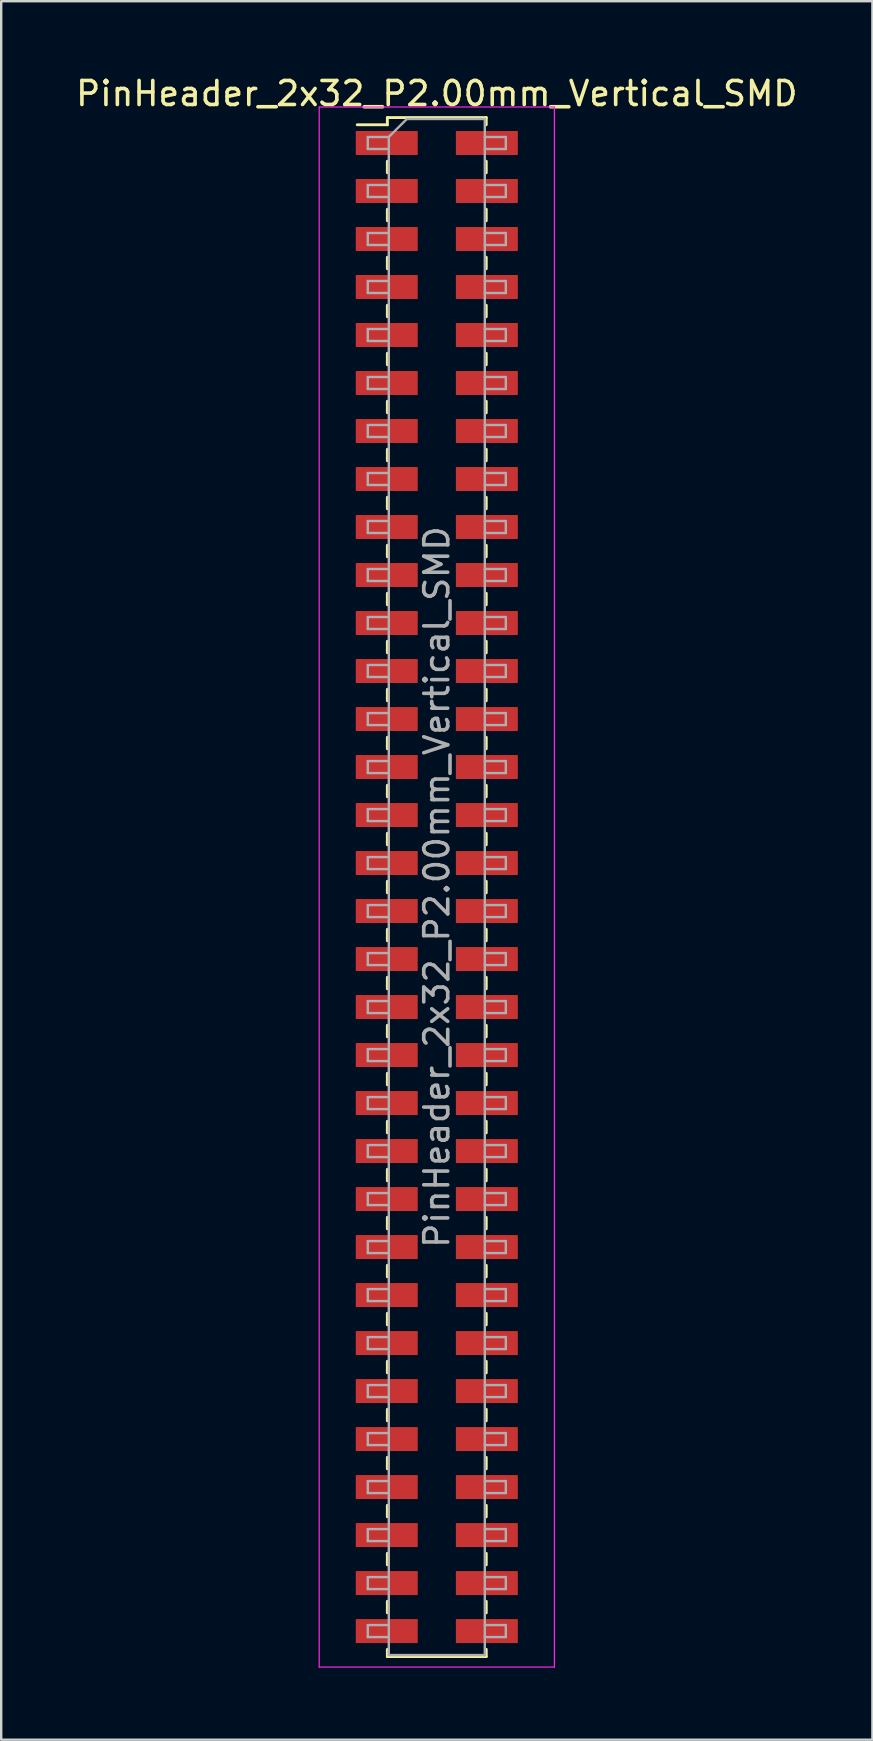
<source format=kicad_pcb>
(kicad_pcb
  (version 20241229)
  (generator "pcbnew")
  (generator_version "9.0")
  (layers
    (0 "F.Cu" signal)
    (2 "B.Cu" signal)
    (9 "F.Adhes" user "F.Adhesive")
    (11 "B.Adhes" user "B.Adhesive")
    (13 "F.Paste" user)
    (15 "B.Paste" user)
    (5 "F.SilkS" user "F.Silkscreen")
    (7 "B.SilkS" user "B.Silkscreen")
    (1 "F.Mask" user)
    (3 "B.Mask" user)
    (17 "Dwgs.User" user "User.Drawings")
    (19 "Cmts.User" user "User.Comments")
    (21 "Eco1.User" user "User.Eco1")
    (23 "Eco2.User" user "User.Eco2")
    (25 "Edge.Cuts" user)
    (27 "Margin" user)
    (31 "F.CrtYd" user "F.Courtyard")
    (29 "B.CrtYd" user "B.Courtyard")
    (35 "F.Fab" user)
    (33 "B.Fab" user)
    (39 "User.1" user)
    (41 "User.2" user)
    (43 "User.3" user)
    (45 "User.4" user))
  (footprint "PinHeader_2x32_P2.00mm_Vertical_SMD"
    (layer "F.Cu")
    (at 15.149 33.908)
    (property "Reference" "PinHeader_2x32_P2.00mm_Vertical_SMD" (at 0 -33.06 0) (layer "F.SilkS") (effects (font (size 1 1) (thickness 0.15))))
    (attr smd)
    (fp_line (start -3.315 -31.76) (end -2.06 -31.76) (stroke (width 0.12) (type solid)) (layer "F.SilkS"))
    (fp_line (start -2.06 -32.06) (end -2.06 -31.76) (stroke (width 0.12) (type solid)) (layer "F.SilkS"))
    (fp_line (start -2.06 -32.06) (end 2.06 -32.06) (stroke (width 0.12) (type solid)) (layer "F.SilkS"))
    (fp_line (start -2.06 -30.24) (end -2.06 -29.76) (stroke (width 0.12) (type solid)) (layer "F.SilkS"))
    (fp_line (start -2.06 -28.24) (end -2.06 -27.76) (stroke (width 0.12) (type solid)) (layer "F.SilkS"))
    (fp_line (start -2.06 -26.24) (end -2.06 -25.76) (stroke (width 0.12) (type solid)) (layer "F.SilkS"))
    (fp_line (start -2.06 -24.24) (end -2.06 -23.76) (stroke (width 0.12) (type solid)) (layer "F.SilkS"))
    (fp_line (start -2.06 -22.24) (end -2.06 -21.76) (stroke (width 0.12) (type solid)) (layer "F.SilkS"))
    (fp_line (start -2.06 -20.24) (end -2.06 -19.76) (stroke (width 0.12) (type solid)) (layer "F.SilkS"))
    (fp_line (start -2.06 -18.24) (end -2.06 -17.76) (stroke (width 0.12) (type solid)) (layer "F.SilkS"))
    (fp_line (start -2.06 -16.24) (end -2.06 -15.76) (stroke (width 0.12) (type solid)) (layer "F.SilkS"))
    (fp_line (start -2.06 -14.24) (end -2.06 -13.76) (stroke (width 0.12) (type solid)) (layer "F.SilkS"))
    (fp_line (start -2.06 -12.24) (end -2.06 -11.76) (stroke (width 0.12) (type solid)) (layer "F.SilkS"))
    (fp_line (start -2.06 -10.24) (end -2.06 -9.76) (stroke (width 0.12) (type solid)) (layer "F.SilkS"))
    (fp_line (start -2.06 -8.24) (end -2.06 -7.76) (stroke (width 0.12) (type solid)) (layer "F.SilkS"))
    (fp_line (start -2.06 -6.24) (end -2.06 -5.76) (stroke (width 0.12) (type solid)) (layer "F.SilkS"))
    (fp_line (start -2.06 -4.24) (end -2.06 -3.76) (stroke (width 0.12) (type solid)) (layer "F.SilkS"))
    (fp_line (start -2.06 -2.24) (end -2.06 -1.76) (stroke (width 0.12) (type solid)) (layer "F.SilkS"))
    (fp_line (start -2.06 -0.24) (end -2.06 0.24) (stroke (width 0.12) (type solid)) (layer "F.SilkS"))
    (fp_line (start -2.06 1.76) (end -2.06 2.24) (stroke (width 0.12) (type solid)) (layer "F.SilkS"))
    (fp_line (start -2.06 3.76) (end -2.06 4.24) (stroke (width 0.12) (type solid)) (layer "F.SilkS"))
    (fp_line (start -2.06 5.76) (end -2.06 6.24) (stroke (width 0.12) (type solid)) (layer "F.SilkS"))
    (fp_line (start -2.06 7.76) (end -2.06 8.24) (stroke (width 0.12) (type solid)) (layer "F.SilkS"))
    (fp_line (start -2.06 9.76) (end -2.06 10.24) (stroke (width 0.12) (type solid)) (layer "F.SilkS"))
    (fp_line (start -2.06 11.76) (end -2.06 12.24) (stroke (width 0.12) (type solid)) (layer "F.SilkS"))
    (fp_line (start -2.06 13.76) (end -2.06 14.24) (stroke (width 0.12) (type solid)) (layer "F.SilkS"))
    (fp_line (start -2.06 15.76) (end -2.06 16.24) (stroke (width 0.12) (type solid)) (layer "F.SilkS"))
    (fp_line (start -2.06 17.76) (end -2.06 18.24) (stroke (width 0.12) (type solid)) (layer "F.SilkS"))
    (fp_line (start -2.06 19.76) (end -2.06 20.24) (stroke (width 0.12) (type solid)) (layer "F.SilkS"))
    (fp_line (start -2.06 21.76) (end -2.06 22.24) (stroke (width 0.12) (type solid)) (layer "F.SilkS"))
    (fp_line (start -2.06 23.76) (end -2.06 24.24) (stroke (width 0.12) (type solid)) (layer "F.SilkS"))
    (fp_line (start -2.06 25.76) (end -2.06 26.24) (stroke (width 0.12) (type solid)) (layer "F.SilkS"))
    (fp_line (start -2.06 27.76) (end -2.06 28.24) (stroke (width 0.12) (type solid)) (layer "F.SilkS"))
    (fp_line (start -2.06 29.76) (end -2.06 30.24) (stroke (width 0.12) (type solid)) (layer "F.SilkS"))
    (fp_line (start -2.06 31.76) (end -2.06 32.06) (stroke (width 0.12) (type solid)) (layer "F.SilkS"))
    (fp_line (start -2.06 32.06) (end 2.06 32.06) (stroke (width 0.12) (type solid)) (layer "F.SilkS"))
    (fp_line (start 2.06 -32.06) (end 2.06 -31.76) (stroke (width 0.12) (type solid)) (layer "F.SilkS"))
    (fp_line (start 2.06 -30.24) (end 2.06 -29.76) (stroke (width 0.12) (type solid)) (layer "F.SilkS"))
    (fp_line (start 2.06 -28.24) (end 2.06 -27.76) (stroke (width 0.12) (type solid)) (layer "F.SilkS"))
    (fp_line (start 2.06 -26.24) (end 2.06 -25.76) (stroke (width 0.12) (type solid)) (layer "F.SilkS"))
    (fp_line (start 2.06 -24.24) (end 2.06 -23.76) (stroke (width 0.12) (type solid)) (layer "F.SilkS"))
    (fp_line (start 2.06 -22.24) (end 2.06 -21.76) (stroke (width 0.12) (type solid)) (layer "F.SilkS"))
    (fp_line (start 2.06 -20.24) (end 2.06 -19.76) (stroke (width 0.12) (type solid)) (layer "F.SilkS"))
    (fp_line (start 2.06 -18.24) (end 2.06 -17.76) (stroke (width 0.12) (type solid)) (layer "F.SilkS"))
    (fp_line (start 2.06 -16.24) (end 2.06 -15.76) (stroke (width 0.12) (type solid)) (layer "F.SilkS"))
    (fp_line (start 2.06 -14.24) (end 2.06 -13.76) (stroke (width 0.12) (type solid)) (layer "F.SilkS"))
    (fp_line (start 2.06 -12.24) (end 2.06 -11.76) (stroke (width 0.12) (type solid)) (layer "F.SilkS"))
    (fp_line (start 2.06 -10.24) (end 2.06 -9.76) (stroke (width 0.12) (type solid)) (layer "F.SilkS"))
    (fp_line (start 2.06 -8.24) (end 2.06 -7.76) (stroke (width 0.12) (type solid)) (layer "F.SilkS"))
    (fp_line (start 2.06 -6.24) (end 2.06 -5.76) (stroke (width 0.12) (type solid)) (layer "F.SilkS"))
    (fp_line (start 2.06 -4.24) (end 2.06 -3.76) (stroke (width 0.12) (type solid)) (layer "F.SilkS"))
    (fp_line (start 2.06 -2.24) (end 2.06 -1.76) (stroke (width 0.12) (type solid)) (layer "F.SilkS"))
    (fp_line (start 2.06 -0.24) (end 2.06 0.24) (stroke (width 0.12) (type solid)) (layer "F.SilkS"))
    (fp_line (start 2.06 1.76) (end 2.06 2.24) (stroke (width 0.12) (type solid)) (layer "F.SilkS"))
    (fp_line (start 2.06 3.76) (end 2.06 4.24) (stroke (width 0.12) (type solid)) (layer "F.SilkS"))
    (fp_line (start 2.06 5.76) (end 2.06 6.24) (stroke (width 0.12) (type solid)) (layer "F.SilkS"))
    (fp_line (start 2.06 7.76) (end 2.06 8.24) (stroke (width 0.12) (type solid)) (layer "F.SilkS"))
    (fp_line (start 2.06 9.76) (end 2.06 10.24) (stroke (width 0.12) (type solid)) (layer "F.SilkS"))
    (fp_line (start 2.06 11.76) (end 2.06 12.24) (stroke (width 0.12) (type solid)) (layer "F.SilkS"))
    (fp_line (start 2.06 13.76) (end 2.06 14.24) (stroke (width 0.12) (type solid)) (layer "F.SilkS"))
    (fp_line (start 2.06 15.76) (end 2.06 16.24) (stroke (width 0.12) (type solid)) (layer "F.SilkS"))
    (fp_line (start 2.06 17.76) (end 2.06 18.24) (stroke (width 0.12) (type solid)) (layer "F.SilkS"))
    (fp_line (start 2.06 19.76) (end 2.06 20.24) (stroke (width 0.12) (type solid)) (layer "F.SilkS"))
    (fp_line (start 2.06 21.76) (end 2.06 22.24) (stroke (width 0.12) (type solid)) (layer "F.SilkS"))
    (fp_line (start 2.06 23.76) (end 2.06 24.24) (stroke (width 0.12) (type solid)) (layer "F.SilkS"))
    (fp_line (start 2.06 25.76) (end 2.06 26.24) (stroke (width 0.12) (type solid)) (layer "F.SilkS"))
    (fp_line (start 2.06 27.76) (end 2.06 28.24) (stroke (width 0.12) (type solid)) (layer "F.SilkS"))
    (fp_line (start 2.06 29.76) (end 2.06 30.24) (stroke (width 0.12) (type solid)) (layer "F.SilkS"))
    (fp_line (start 2.06 31.76) (end 2.06 32.06) (stroke (width 0.12) (type solid)) (layer "F.SilkS"))
    (fp_line (start -4.9 -32.5) (end -4.9 32.5) (stroke (width 0.05) (type solid)) (layer "F.CrtYd"))
    (fp_line (start -4.9 32.5) (end 4.9 32.5) (stroke (width 0.05) (type solid)) (layer "F.CrtYd"))
    (fp_line (start 4.9 -32.5) (end -4.9 -32.5) (stroke (width 0.05) (type solid)) (layer "F.CrtYd"))
    (fp_line (start 4.9 32.5) (end 4.9 -32.5) (stroke (width 0.05) (type solid)) (layer "F.CrtYd"))
    (fp_line (start -2.875 -31.25) (end -2.875 -30.75) (stroke (width 0.1) (type solid)) (layer "F.Fab"))
    (fp_line (start -2.875 -30.75) (end -2 -30.75) (stroke (width 0.1) (type solid)) (layer "F.Fab"))
    (fp_line (start -2.875 -29.25) (end -2.875 -28.75) (stroke (width 0.1) (type solid)) (layer "F.Fab"))
    (fp_line (start -2.875 -28.75) (end -2 -28.75) (stroke (width 0.1) (type solid)) (layer "F.Fab"))
    (fp_line (start -2.875 -27.25) (end -2.875 -26.75) (stroke (width 0.1) (type solid)) (layer "F.Fab"))
    (fp_line (start -2.875 -26.75) (end -2 -26.75) (stroke (width 0.1) (type solid)) (layer "F.Fab"))
    (fp_line (start -2.875 -25.25) (end -2.875 -24.75) (stroke (width 0.1) (type solid)) (layer "F.Fab"))
    (fp_line (start -2.875 -24.75) (end -2 -24.75) (stroke (width 0.1) (type solid)) (layer "F.Fab"))
    (fp_line (start -2.875 -23.25) (end -2.875 -22.75) (stroke (width 0.1) (type solid)) (layer "F.Fab"))
    (fp_line (start -2.875 -22.75) (end -2 -22.75) (stroke (width 0.1) (type solid)) (layer "F.Fab"))
    (fp_line (start -2.875 -21.25) (end -2.875 -20.75) (stroke (width 0.1) (type solid)) (layer "F.Fab"))
    (fp_line (start -2.875 -20.75) (end -2 -20.75) (stroke (width 0.1) (type solid)) (layer "F.Fab"))
    (fp_line (start -2.875 -19.25) (end -2.875 -18.75) (stroke (width 0.1) (type solid)) (layer "F.Fab"))
    (fp_line (start -2.875 -18.75) (end -2 -18.75) (stroke (width 0.1) (type solid)) (layer "F.Fab"))
    (fp_line (start -2.875 -17.25) (end -2.875 -16.75) (stroke (width 0.1) (type solid)) (layer "F.Fab"))
    (fp_line (start -2.875 -16.75) (end -2 -16.75) (stroke (width 0.1) (type solid)) (layer "F.Fab"))
    (fp_line (start -2.875 -15.25) (end -2.875 -14.75) (stroke (width 0.1) (type solid)) (layer "F.Fab"))
    (fp_line (start -2.875 -14.75) (end -2 -14.75) (stroke (width 0.1) (type solid)) (layer "F.Fab"))
    (fp_line (start -2.875 -13.25) (end -2.875 -12.75) (stroke (width 0.1) (type solid)) (layer "F.Fab"))
    (fp_line (start -2.875 -12.75) (end -2 -12.75) (stroke (width 0.1) (type solid)) (layer "F.Fab"))
    (fp_line (start -2.875 -11.25) (end -2.875 -10.75) (stroke (width 0.1) (type solid)) (layer "F.Fab"))
    (fp_line (start -2.875 -10.75) (end -2 -10.75) (stroke (width 0.1) (type solid)) (layer "F.Fab"))
    (fp_line (start -2.875 -9.25) (end -2.875 -8.75) (stroke (width 0.1) (type solid)) (layer "F.Fab"))
    (fp_line (start -2.875 -8.75) (end -2 -8.75) (stroke (width 0.1) (type solid)) (layer "F.Fab"))
    (fp_line (start -2.875 -7.25) (end -2.875 -6.75) (stroke (width 0.1) (type solid)) (layer "F.Fab"))
    (fp_line (start -2.875 -6.75) (end -2 -6.75) (stroke (width 0.1) (type solid)) (layer "F.Fab"))
    (fp_line (start -2.875 -5.25) (end -2.875 -4.75) (stroke (width 0.1) (type solid)) (layer "F.Fab"))
    (fp_line (start -2.875 -4.75) (end -2 -4.75) (stroke (width 0.1) (type solid)) (layer "F.Fab"))
    (fp_line (start -2.875 -3.25) (end -2.875 -2.75) (stroke (width 0.1) (type solid)) (layer "F.Fab"))
    (fp_line (start -2.875 -2.75) (end -2 -2.75) (stroke (width 0.1) (type solid)) (layer "F.Fab"))
    (fp_line (start -2.875 -1.25) (end -2.875 -0.75) (stroke (width 0.1) (type solid)) (layer "F.Fab"))
    (fp_line (start -2.875 -0.75) (end -2 -0.75) (stroke (width 0.1) (type solid)) (layer "F.Fab"))
    (fp_line (start -2.875 0.75) (end -2.875 1.25) (stroke (width 0.1) (type solid)) (layer "F.Fab"))
    (fp_line (start -2.875 1.25) (end -2 1.25) (stroke (width 0.1) (type solid)) (layer "F.Fab"))
    (fp_line (start -2.875 2.75) (end -2.875 3.25) (stroke (width 0.1) (type solid)) (layer "F.Fab"))
    (fp_line (start -2.875 3.25) (end -2 3.25) (stroke (width 0.1) (type solid)) (layer "F.Fab"))
    (fp_line (start -2.875 4.75) (end -2.875 5.25) (stroke (width 0.1) (type solid)) (layer "F.Fab"))
    (fp_line (start -2.875 5.25) (end -2 5.25) (stroke (width 0.1) (type solid)) (layer "F.Fab"))
    (fp_line (start -2.875 6.75) (end -2.875 7.25) (stroke (width 0.1) (type solid)) (layer "F.Fab"))
    (fp_line (start -2.875 7.25) (end -2 7.25) (stroke (width 0.1) (type solid)) (layer "F.Fab"))
    (fp_line (start -2.875 8.75) (end -2.875 9.25) (stroke (width 0.1) (type solid)) (layer "F.Fab"))
    (fp_line (start -2.875 9.25) (end -2 9.25) (stroke (width 0.1) (type solid)) (layer "F.Fab"))
    (fp_line (start -2.875 10.75) (end -2.875 11.25) (stroke (width 0.1) (type solid)) (layer "F.Fab"))
    (fp_line (start -2.875 11.25) (end -2 11.25) (stroke (width 0.1) (type solid)) (layer "F.Fab"))
    (fp_line (start -2.875 12.75) (end -2.875 13.25) (stroke (width 0.1) (type solid)) (layer "F.Fab"))
    (fp_line (start -2.875 13.25) (end -2 13.25) (stroke (width 0.1) (type solid)) (layer "F.Fab"))
    (fp_line (start -2.875 14.75) (end -2.875 15.25) (stroke (width 0.1) (type solid)) (layer "F.Fab"))
    (fp_line (start -2.875 15.25) (end -2 15.25) (stroke (width 0.1) (type solid)) (layer "F.Fab"))
    (fp_line (start -2.875 16.75) (end -2.875 17.25) (stroke (width 0.1) (type solid)) (layer "F.Fab"))
    (fp_line (start -2.875 17.25) (end -2 17.25) (stroke (width 0.1) (type solid)) (layer "F.Fab"))
    (fp_line (start -2.875 18.75) (end -2.875 19.25) (stroke (width 0.1) (type solid)) (layer "F.Fab"))
    (fp_line (start -2.875 19.25) (end -2 19.25) (stroke (width 0.1) (type solid)) (layer "F.Fab"))
    (fp_line (start -2.875 20.75) (end -2.875 21.25) (stroke (width 0.1) (type solid)) (layer "F.Fab"))
    (fp_line (start -2.875 21.25) (end -2 21.25) (stroke (width 0.1) (type solid)) (layer "F.Fab"))
    (fp_line (start -2.875 22.75) (end -2.875 23.25) (stroke (width 0.1) (type solid)) (layer "F.Fab"))
    (fp_line (start -2.875 23.25) (end -2 23.25) (stroke (width 0.1) (type solid)) (layer "F.Fab"))
    (fp_line (start -2.875 24.75) (end -2.875 25.25) (stroke (width 0.1) (type solid)) (layer "F.Fab"))
    (fp_line (start -2.875 25.25) (end -2 25.25) (stroke (width 0.1) (type solid)) (layer "F.Fab"))
    (fp_line (start -2.875 26.75) (end -2.875 27.25) (stroke (width 0.1) (type solid)) (layer "F.Fab"))
    (fp_line (start -2.875 27.25) (end -2 27.25) (stroke (width 0.1) (type solid)) (layer "F.Fab"))
    (fp_line (start -2.875 28.75) (end -2.875 29.25) (stroke (width 0.1) (type solid)) (layer "F.Fab"))
    (fp_line (start -2.875 29.25) (end -2 29.25) (stroke (width 0.1) (type solid)) (layer "F.Fab"))
    (fp_line (start -2.875 30.75) (end -2.875 31.25) (stroke (width 0.1) (type solid)) (layer "F.Fab"))
    (fp_line (start -2.875 31.25) (end -2 31.25) (stroke (width 0.1) (type solid)) (layer "F.Fab"))
    (fp_line (start -2 -31.25) (end -2.875 -31.25) (stroke (width 0.1) (type solid)) (layer "F.Fab"))
    (fp_line (start -2 -31.25) (end -1.25 -32) (stroke (width 0.1) (type solid)) (layer "F.Fab"))
    (fp_line (start -2 -29.25) (end -2.875 -29.25) (stroke (width 0.1) (type solid)) (layer "F.Fab"))
    (fp_line (start -2 -27.25) (end -2.875 -27.25) (stroke (width 0.1) (type solid)) (layer "F.Fab"))
    (fp_line (start -2 -25.25) (end -2.875 -25.25) (stroke (width 0.1) (type solid)) (layer "F.Fab"))
    (fp_line (start -2 -23.25) (end -2.875 -23.25) (stroke (width 0.1) (type solid)) (layer "F.Fab"))
    (fp_line (start -2 -21.25) (end -2.875 -21.25) (stroke (width 0.1) (type solid)) (layer "F.Fab"))
    (fp_line (start -2 -19.25) (end -2.875 -19.25) (stroke (width 0.1) (type solid)) (layer "F.Fab"))
    (fp_line (start -2 -17.25) (end -2.875 -17.25) (stroke (width 0.1) (type solid)) (layer "F.Fab"))
    (fp_line (start -2 -15.25) (end -2.875 -15.25) (stroke (width 0.1) (type solid)) (layer "F.Fab"))
    (fp_line (start -2 -13.25) (end -2.875 -13.25) (stroke (width 0.1) (type solid)) (layer "F.Fab"))
    (fp_line (start -2 -11.25) (end -2.875 -11.25) (stroke (width 0.1) (type solid)) (layer "F.Fab"))
    (fp_line (start -2 -9.25) (end -2.875 -9.25) (stroke (width 0.1) (type solid)) (layer "F.Fab"))
    (fp_line (start -2 -7.25) (end -2.875 -7.25) (stroke (width 0.1) (type solid)) (layer "F.Fab"))
    (fp_line (start -2 -5.25) (end -2.875 -5.25) (stroke (width 0.1) (type solid)) (layer "F.Fab"))
    (fp_line (start -2 -3.25) (end -2.875 -3.25) (stroke (width 0.1) (type solid)) (layer "F.Fab"))
    (fp_line (start -2 -1.25) (end -2.875 -1.25) (stroke (width 0.1) (type solid)) (layer "F.Fab"))
    (fp_line (start -2 0.75) (end -2.875 0.75) (stroke (width 0.1) (type solid)) (layer "F.Fab"))
    (fp_line (start -2 2.75) (end -2.875 2.75) (stroke (width 0.1) (type solid)) (layer "F.Fab"))
    (fp_line (start -2 4.75) (end -2.875 4.75) (stroke (width 0.1) (type solid)) (layer "F.Fab"))
    (fp_line (start -2 6.75) (end -2.875 6.75) (stroke (width 0.1) (type solid)) (layer "F.Fab"))
    (fp_line (start -2 8.75) (end -2.875 8.75) (stroke (width 0.1) (type solid)) (layer "F.Fab"))
    (fp_line (start -2 10.75) (end -2.875 10.75) (stroke (width 0.1) (type solid)) (layer "F.Fab"))
    (fp_line (start -2 12.75) (end -2.875 12.75) (stroke (width 0.1) (type solid)) (layer "F.Fab"))
    (fp_line (start -2 14.75) (end -2.875 14.75) (stroke (width 0.1) (type solid)) (layer "F.Fab"))
    (fp_line (start -2 16.75) (end -2.875 16.75) (stroke (width 0.1) (type solid)) (layer "F.Fab"))
    (fp_line (start -2 18.75) (end -2.875 18.75) (stroke (width 0.1) (type solid)) (layer "F.Fab"))
    (fp_line (start -2 20.75) (end -2.875 20.75) (stroke (width 0.1) (type solid)) (layer "F.Fab"))
    (fp_line (start -2 22.75) (end -2.875 22.75) (stroke (width 0.1) (type solid)) (layer "F.Fab"))
    (fp_line (start -2 24.75) (end -2.875 24.75) (stroke (width 0.1) (type solid)) (layer "F.Fab"))
    (fp_line (start -2 26.75) (end -2.875 26.75) (stroke (width 0.1) (type solid)) (layer "F.Fab"))
    (fp_line (start -2 28.75) (end -2.875 28.75) (stroke (width 0.1) (type solid)) (layer "F.Fab"))
    (fp_line (start -2 30.75) (end -2.875 30.75) (stroke (width 0.1) (type solid)) (layer "F.Fab"))
    (fp_line (start -2 32) (end -2 -31.25) (stroke (width 0.1) (type solid)) (layer "F.Fab"))
    (fp_line (start -1.25 -32) (end 2 -32) (stroke (width 0.1) (type solid)) (layer "F.Fab"))
    (fp_line (start 2 -32) (end 2 32) (stroke (width 0.1) (type solid)) (layer "F.Fab"))
    (fp_line (start 2 -31.25) (end 2.875 -31.25) (stroke (width 0.1) (type solid)) (layer "F.Fab"))
    (fp_line (start 2 -29.25) (end 2.875 -29.25) (stroke (width 0.1) (type solid)) (layer "F.Fab"))
    (fp_line (start 2 -27.25) (end 2.875 -27.25) (stroke (width 0.1) (type solid)) (layer "F.Fab"))
    (fp_line (start 2 -25.25) (end 2.875 -25.25) (stroke (width 0.1) (type solid)) (layer "F.Fab"))
    (fp_line (start 2 -23.25) (end 2.875 -23.25) (stroke (width 0.1) (type solid)) (layer "F.Fab"))
    (fp_line (start 2 -21.25) (end 2.875 -21.25) (stroke (width 0.1) (type solid)) (layer "F.Fab"))
    (fp_line (start 2 -19.25) (end 2.875 -19.25) (stroke (width 0.1) (type solid)) (layer "F.Fab"))
    (fp_line (start 2 -17.25) (end 2.875 -17.25) (stroke (width 0.1) (type solid)) (layer "F.Fab"))
    (fp_line (start 2 -15.25) (end 2.875 -15.25) (stroke (width 0.1) (type solid)) (layer "F.Fab"))
    (fp_line (start 2 -13.25) (end 2.875 -13.25) (stroke (width 0.1) (type solid)) (layer "F.Fab"))
    (fp_line (start 2 -11.25) (end 2.875 -11.25) (stroke (width 0.1) (type solid)) (layer "F.Fab"))
    (fp_line (start 2 -9.25) (end 2.875 -9.25) (stroke (width 0.1) (type solid)) (layer "F.Fab"))
    (fp_line (start 2 -7.25) (end 2.875 -7.25) (stroke (width 0.1) (type solid)) (layer "F.Fab"))
    (fp_line (start 2 -5.25) (end 2.875 -5.25) (stroke (width 0.1) (type solid)) (layer "F.Fab"))
    (fp_line (start 2 -3.25) (end 2.875 -3.25) (stroke (width 0.1) (type solid)) (layer "F.Fab"))
    (fp_line (start 2 -1.25) (end 2.875 -1.25) (stroke (width 0.1) (type solid)) (layer "F.Fab"))
    (fp_line (start 2 0.75) (end 2.875 0.75) (stroke (width 0.1) (type solid)) (layer "F.Fab"))
    (fp_line (start 2 2.75) (end 2.875 2.75) (stroke (width 0.1) (type solid)) (layer "F.Fab"))
    (fp_line (start 2 4.75) (end 2.875 4.75) (stroke (width 0.1) (type solid)) (layer "F.Fab"))
    (fp_line (start 2 6.75) (end 2.875 6.75) (stroke (width 0.1) (type solid)) (layer "F.Fab"))
    (fp_line (start 2 8.75) (end 2.875 8.75) (stroke (width 0.1) (type solid)) (layer "F.Fab"))
    (fp_line (start 2 10.75) (end 2.875 10.75) (stroke (width 0.1) (type solid)) (layer "F.Fab"))
    (fp_line (start 2 12.75) (end 2.875 12.75) (stroke (width 0.1) (type solid)) (layer "F.Fab"))
    (fp_line (start 2 14.75) (end 2.875 14.75) (stroke (width 0.1) (type solid)) (layer "F.Fab"))
    (fp_line (start 2 16.75) (end 2.875 16.75) (stroke (width 0.1) (type solid)) (layer "F.Fab"))
    (fp_line (start 2 18.75) (end 2.875 18.75) (stroke (width 0.1) (type solid)) (layer "F.Fab"))
    (fp_line (start 2 20.75) (end 2.875 20.75) (stroke (width 0.1) (type solid)) (layer "F.Fab"))
    (fp_line (start 2 22.75) (end 2.875 22.75) (stroke (width 0.1) (type solid)) (layer "F.Fab"))
    (fp_line (start 2 24.75) (end 2.875 24.75) (stroke (width 0.1) (type solid)) (layer "F.Fab"))
    (fp_line (start 2 26.75) (end 2.875 26.75) (stroke (width 0.1) (type solid)) (layer "F.Fab"))
    (fp_line (start 2 28.75) (end 2.875 28.75) (stroke (width 0.1) (type solid)) (layer "F.Fab"))
    (fp_line (start 2 30.75) (end 2.875 30.75) (stroke (width 0.1) (type solid)) (layer "F.Fab"))
    (fp_line (start 2 32) (end -2 32) (stroke (width 0.1) (type solid)) (layer "F.Fab"))
    (fp_line (start 2.875 -31.25) (end 2.875 -30.75) (stroke (width 0.1) (type solid)) (layer "F.Fab"))
    (fp_line (start 2.875 -30.75) (end 2 -30.75) (stroke (width 0.1) (type solid)) (layer "F.Fab"))
    (fp_line (start 2.875 -29.25) (end 2.875 -28.75) (stroke (width 0.1) (type solid)) (layer "F.Fab"))
    (fp_line (start 2.875 -28.75) (end 2 -28.75) (stroke (width 0.1) (type solid)) (layer "F.Fab"))
    (fp_line (start 2.875 -27.25) (end 2.875 -26.75) (stroke (width 0.1) (type solid)) (layer "F.Fab"))
    (fp_line (start 2.875 -26.75) (end 2 -26.75) (stroke (width 0.1) (type solid)) (layer "F.Fab"))
    (fp_line (start 2.875 -25.25) (end 2.875 -24.75) (stroke (width 0.1) (type solid)) (layer "F.Fab"))
    (fp_line (start 2.875 -24.75) (end 2 -24.75) (stroke (width 0.1) (type solid)) (layer "F.Fab"))
    (fp_line (start 2.875 -23.25) (end 2.875 -22.75) (stroke (width 0.1) (type solid)) (layer "F.Fab"))
    (fp_line (start 2.875 -22.75) (end 2 -22.75) (stroke (width 0.1) (type solid)) (layer "F.Fab"))
    (fp_line (start 2.875 -21.25) (end 2.875 -20.75) (stroke (width 0.1) (type solid)) (layer "F.Fab"))
    (fp_line (start 2.875 -20.75) (end 2 -20.75) (stroke (width 0.1) (type solid)) (layer "F.Fab"))
    (fp_line (start 2.875 -19.25) (end 2.875 -18.75) (stroke (width 0.1) (type solid)) (layer "F.Fab"))
    (fp_line (start 2.875 -18.75) (end 2 -18.75) (stroke (width 0.1) (type solid)) (layer "F.Fab"))
    (fp_line (start 2.875 -17.25) (end 2.875 -16.75) (stroke (width 0.1) (type solid)) (layer "F.Fab"))
    (fp_line (start 2.875 -16.75) (end 2 -16.75) (stroke (width 0.1) (type solid)) (layer "F.Fab"))
    (fp_line (start 2.875 -15.25) (end 2.875 -14.75) (stroke (width 0.1) (type solid)) (layer "F.Fab"))
    (fp_line (start 2.875 -14.75) (end 2 -14.75) (stroke (width 0.1) (type solid)) (layer "F.Fab"))
    (fp_line (start 2.875 -13.25) (end 2.875 -12.75) (stroke (width 0.1) (type solid)) (layer "F.Fab"))
    (fp_line (start 2.875 -12.75) (end 2 -12.75) (stroke (width 0.1) (type solid)) (layer "F.Fab"))
    (fp_line (start 2.875 -11.25) (end 2.875 -10.75) (stroke (width 0.1) (type solid)) (layer "F.Fab"))
    (fp_line (start 2.875 -10.75) (end 2 -10.75) (stroke (width 0.1) (type solid)) (layer "F.Fab"))
    (fp_line (start 2.875 -9.25) (end 2.875 -8.75) (stroke (width 0.1) (type solid)) (layer "F.Fab"))
    (fp_line (start 2.875 -8.75) (end 2 -8.75) (stroke (width 0.1) (type solid)) (layer "F.Fab"))
    (fp_line (start 2.875 -7.25) (end 2.875 -6.75) (stroke (width 0.1) (type solid)) (layer "F.Fab"))
    (fp_line (start 2.875 -6.75) (end 2 -6.75) (stroke (width 0.1) (type solid)) (layer "F.Fab"))
    (fp_line (start 2.875 -5.25) (end 2.875 -4.75) (stroke (width 0.1) (type solid)) (layer "F.Fab"))
    (fp_line (start 2.875 -4.75) (end 2 -4.75) (stroke (width 0.1) (type solid)) (layer "F.Fab"))
    (fp_line (start 2.875 -3.25) (end 2.875 -2.75) (stroke (width 0.1) (type solid)) (layer "F.Fab"))
    (fp_line (start 2.875 -2.75) (end 2 -2.75) (stroke (width 0.1) (type solid)) (layer "F.Fab"))
    (fp_line (start 2.875 -1.25) (end 2.875 -0.75) (stroke (width 0.1) (type solid)) (layer "F.Fab"))
    (fp_line (start 2.875 -0.75) (end 2 -0.75) (stroke (width 0.1) (type solid)) (layer "F.Fab"))
    (fp_line (start 2.875 0.75) (end 2.875 1.25) (stroke (width 0.1) (type solid)) (layer "F.Fab"))
    (fp_line (start 2.875 1.25) (end 2 1.25) (stroke (width 0.1) (type solid)) (layer "F.Fab"))
    (fp_line (start 2.875 2.75) (end 2.875 3.25) (stroke (width 0.1) (type solid)) (layer "F.Fab"))
    (fp_line (start 2.875 3.25) (end 2 3.25) (stroke (width 0.1) (type solid)) (layer "F.Fab"))
    (fp_line (start 2.875 4.75) (end 2.875 5.25) (stroke (width 0.1) (type solid)) (layer "F.Fab"))
    (fp_line (start 2.875 5.25) (end 2 5.25) (stroke (width 0.1) (type solid)) (layer "F.Fab"))
    (fp_line (start 2.875 6.75) (end 2.875 7.25) (stroke (width 0.1) (type solid)) (layer "F.Fab"))
    (fp_line (start 2.875 7.25) (end 2 7.25) (stroke (width 0.1) (type solid)) (layer "F.Fab"))
    (fp_line (start 2.875 8.75) (end 2.875 9.25) (stroke (width 0.1) (type solid)) (layer "F.Fab"))
    (fp_line (start 2.875 9.25) (end 2 9.25) (stroke (width 0.1) (type solid)) (layer "F.Fab"))
    (fp_line (start 2.875 10.75) (end 2.875 11.25) (stroke (width 0.1) (type solid)) (layer "F.Fab"))
    (fp_line (start 2.875 11.25) (end 2 11.25) (stroke (width 0.1) (type solid)) (layer "F.Fab"))
    (fp_line (start 2.875 12.75) (end 2.875 13.25) (stroke (width 0.1) (type solid)) (layer "F.Fab"))
    (fp_line (start 2.875 13.25) (end 2 13.25) (stroke (width 0.1) (type solid)) (layer "F.Fab"))
    (fp_line (start 2.875 14.75) (end 2.875 15.25) (stroke (width 0.1) (type solid)) (layer "F.Fab"))
    (fp_line (start 2.875 15.25) (end 2 15.25) (stroke (width 0.1) (type solid)) (layer "F.Fab"))
    (fp_line (start 2.875 16.75) (end 2.875 17.25) (stroke (width 0.1) (type solid)) (layer "F.Fab"))
    (fp_line (start 2.875 17.25) (end 2 17.25) (stroke (width 0.1) (type solid)) (layer "F.Fab"))
    (fp_line (start 2.875 18.75) (end 2.875 19.25) (stroke (width 0.1) (type solid)) (layer "F.Fab"))
    (fp_line (start 2.875 19.25) (end 2 19.25) (stroke (width 0.1) (type solid)) (layer "F.Fab"))
    (fp_line (start 2.875 20.75) (end 2.875 21.25) (stroke (width 0.1) (type solid)) (layer "F.Fab"))
    (fp_line (start 2.875 21.25) (end 2 21.25) (stroke (width 0.1) (type solid)) (layer "F.Fab"))
    (fp_line (start 2.875 22.75) (end 2.875 23.25) (stroke (width 0.1) (type solid)) (layer "F.Fab"))
    (fp_line (start 2.875 23.25) (end 2 23.25) (stroke (width 0.1) (type solid)) (layer "F.Fab"))
    (fp_line (start 2.875 24.75) (end 2.875 25.25) (stroke (width 0.1) (type solid)) (layer "F.Fab"))
    (fp_line (start 2.875 25.25) (end 2 25.25) (stroke (width 0.1) (type solid)) (layer "F.Fab"))
    (fp_line (start 2.875 26.75) (end 2.875 27.25) (stroke (width 0.1) (type solid)) (layer "F.Fab"))
    (fp_line (start 2.875 27.25) (end 2 27.25) (stroke (width 0.1) (type solid)) (layer "F.Fab"))
    (fp_line (start 2.875 28.75) (end 2.875 29.25) (stroke (width 0.1) (type solid)) (layer "F.Fab"))
    (fp_line (start 2.875 29.25) (end 2 29.25) (stroke (width 0.1) (type solid)) (layer "F.Fab"))
    (fp_line (start 2.875 30.75) (end 2.875 31.25) (stroke (width 0.1) (type solid)) (layer "F.Fab"))
    (fp_line (start 2.875 31.25) (end 2 31.25) (stroke (width 0.1) (type solid)) (layer "F.Fab"))
    (fp_text user "${REFERENCE}" (at 0 0 90) (layer "F.Fab") (effects (font (size 1 1) (thickness 0.15))))
    (pad "1" smd rect (at -2.085 -31) (size 2.58 1) (layers "F.Cu" "F.Mask" "F.Paste"))
    (pad "2" smd rect (at 2.085 -31) (size 2.58 1) (layers "F.Cu" "F.Mask" "F.Paste"))
    (pad "3" smd rect (at -2.085 -29) (size 2.58 1) (layers "F.Cu" "F.Mask" "F.Paste"))
    (pad "4" smd rect (at 2.085 -29) (size 2.58 1) (layers "F.Cu" "F.Mask" "F.Paste"))
    (pad "5" smd rect (at -2.085 -27) (size 2.58 1) (layers "F.Cu" "F.Mask" "F.Paste"))
    (pad "6" smd rect (at 2.085 -27) (size 2.58 1) (layers "F.Cu" "F.Mask" "F.Paste"))
    (pad "7" smd rect (at -2.085 -25) (size 2.58 1) (layers "F.Cu" "F.Mask" "F.Paste"))
    (pad "8" smd rect (at 2.085 -25) (size 2.58 1) (layers "F.Cu" "F.Mask" "F.Paste"))
    (pad "9" smd rect (at -2.085 -23) (size 2.58 1) (layers "F.Cu" "F.Mask" "F.Paste"))
    (pad "10" smd rect (at 2.085 -23) (size 2.58 1) (layers "F.Cu" "F.Mask" "F.Paste"))
    (pad "11" smd rect (at -2.085 -21) (size 2.58 1) (layers "F.Cu" "F.Mask" "F.Paste"))
    (pad "12" smd rect (at 2.085 -21) (size 2.58 1) (layers "F.Cu" "F.Mask" "F.Paste"))
    (pad "13" smd rect (at -2.085 -19) (size 2.58 1) (layers "F.Cu" "F.Mask" "F.Paste"))
    (pad "14" smd rect (at 2.085 -19) (size 2.58 1) (layers "F.Cu" "F.Mask" "F.Paste"))
    (pad "15" smd rect (at -2.085 -17) (size 2.58 1) (layers "F.Cu" "F.Mask" "F.Paste"))
    (pad "16" smd rect (at 2.085 -17) (size 2.58 1) (layers "F.Cu" "F.Mask" "F.Paste"))
    (pad "17" smd rect (at -2.085 -15) (size 2.58 1) (layers "F.Cu" "F.Mask" "F.Paste"))
    (pad "18" smd rect (at 2.085 -15) (size 2.58 1) (layers "F.Cu" "F.Mask" "F.Paste"))
    (pad "19" smd rect (at -2.085 -13) (size 2.58 1) (layers "F.Cu" "F.Mask" "F.Paste"))
    (pad "20" smd rect (at 2.085 -13) (size 2.58 1) (layers "F.Cu" "F.Mask" "F.Paste"))
    (pad "21" smd rect (at -2.085 -11) (size 2.58 1) (layers "F.Cu" "F.Mask" "F.Paste"))
    (pad "22" smd rect (at 2.085 -11) (size 2.58 1) (layers "F.Cu" "F.Mask" "F.Paste"))
    (pad "23" smd rect (at -2.085 -9) (size 2.58 1) (layers "F.Cu" "F.Mask" "F.Paste"))
    (pad "24" smd rect (at 2.085 -9) (size 2.58 1) (layers "F.Cu" "F.Mask" "F.Paste"))
    (pad "25" smd rect (at -2.085 -7) (size 2.58 1) (layers "F.Cu" "F.Mask" "F.Paste"))
    (pad "26" smd rect (at 2.085 -7) (size 2.58 1) (layers "F.Cu" "F.Mask" "F.Paste"))
    (pad "27" smd rect (at -2.085 -5) (size 2.58 1) (layers "F.Cu" "F.Mask" "F.Paste"))
    (pad "28" smd rect (at 2.085 -5) (size 2.58 1) (layers "F.Cu" "F.Mask" "F.Paste"))
    (pad "29" smd rect (at -2.085 -3) (size 2.58 1) (layers "F.Cu" "F.Mask" "F.Paste"))
    (pad "30" smd rect (at 2.085 -3) (size 2.58 1) (layers "F.Cu" "F.Mask" "F.Paste"))
    (pad "31" smd rect (at -2.085 -1) (size 2.58 1) (layers "F.Cu" "F.Mask" "F.Paste"))
    (pad "32" smd rect (at 2.085 -1) (size 2.58 1) (layers "F.Cu" "F.Mask" "F.Paste"))
    (pad "33" smd rect (at -2.085 1) (size 2.58 1) (layers "F.Cu" "F.Mask" "F.Paste"))
    (pad "34" smd rect (at 2.085 1) (size 2.58 1) (layers "F.Cu" "F.Mask" "F.Paste"))
    (pad "35" smd rect (at -2.085 3) (size 2.58 1) (layers "F.Cu" "F.Mask" "F.Paste"))
    (pad "36" smd rect (at 2.085 3) (size 2.58 1) (layers "F.Cu" "F.Mask" "F.Paste"))
    (pad "37" smd rect (at -2.085 5) (size 2.58 1) (layers "F.Cu" "F.Mask" "F.Paste"))
    (pad "38" smd rect (at 2.085 5) (size 2.58 1) (layers "F.Cu" "F.Mask" "F.Paste"))
    (pad "39" smd rect (at -2.085 7) (size 2.58 1) (layers "F.Cu" "F.Mask" "F.Paste"))
    (pad "40" smd rect (at 2.085 7) (size 2.58 1) (layers "F.Cu" "F.Mask" "F.Paste"))
    (pad "41" smd rect (at -2.085 9) (size 2.58 1) (layers "F.Cu" "F.Mask" "F.Paste"))
    (pad "42" smd rect (at 2.085 9) (size 2.58 1) (layers "F.Cu" "F.Mask" "F.Paste"))
    (pad "43" smd rect (at -2.085 11) (size 2.58 1) (layers "F.Cu" "F.Mask" "F.Paste"))
    (pad "44" smd rect (at 2.085 11) (size 2.58 1) (layers "F.Cu" "F.Mask" "F.Paste"))
    (pad "45" smd rect (at -2.085 13) (size 2.58 1) (layers "F.Cu" "F.Mask" "F.Paste"))
    (pad "46" smd rect (at 2.085 13) (size 2.58 1) (layers "F.Cu" "F.Mask" "F.Paste"))
    (pad "47" smd rect (at -2.085 15) (size 2.58 1) (layers "F.Cu" "F.Mask" "F.Paste"))
    (pad "48" smd rect (at 2.085 15) (size 2.58 1) (layers "F.Cu" "F.Mask" "F.Paste"))
    (pad "49" smd rect (at -2.085 17) (size 2.58 1) (layers "F.Cu" "F.Mask" "F.Paste"))
    (pad "50" smd rect (at 2.085 17) (size 2.58 1) (layers "F.Cu" "F.Mask" "F.Paste"))
    (pad "51" smd rect (at -2.085 19) (size 2.58 1) (layers "F.Cu" "F.Mask" "F.Paste"))
    (pad "52" smd rect (at 2.085 19) (size 2.58 1) (layers "F.Cu" "F.Mask" "F.Paste"))
    (pad "53" smd rect (at -2.085 21) (size 2.58 1) (layers "F.Cu" "F.Mask" "F.Paste"))
    (pad "54" smd rect (at 2.085 21) (size 2.58 1) (layers "F.Cu" "F.Mask" "F.Paste"))
    (pad "55" smd rect (at -2.085 23) (size 2.58 1) (layers "F.Cu" "F.Mask" "F.Paste"))
    (pad "56" smd rect (at 2.085 23) (size 2.58 1) (layers "F.Cu" "F.Mask" "F.Paste"))
    (pad "57" smd rect (at -2.085 25) (size 2.58 1) (layers "F.Cu" "F.Mask" "F.Paste"))
    (pad "58" smd rect (at 2.085 25) (size 2.58 1) (layers "F.Cu" "F.Mask" "F.Paste"))
    (pad "59" smd rect (at -2.085 27) (size 2.58 1) (layers "F.Cu" "F.Mask" "F.Paste"))
    (pad "60" smd rect (at 2.085 27) (size 2.58 1) (layers "F.Cu" "F.Mask" "F.Paste"))
    (pad "61" smd rect (at -2.085 29) (size 2.58 1) (layers "F.Cu" "F.Mask" "F.Paste"))
    (pad "62" smd rect (at 2.085 29) (size 2.58 1) (layers "F.Cu" "F.Mask" "F.Paste"))
    (pad "63" smd rect (at -2.085 31) (size 2.58 1) (layers "F.Cu" "F.Mask" "F.Paste"))
    (pad "64" smd rect (at 2.085 31) (size 2.58 1) (layers "F.Cu" "F.Mask" "F.Paste")))
  (gr_rect
    (start -3 -3)
    (end 33.298 69.433)
    (stroke (width 0.1) (type default))
    (fill no)
    (layer "Edge.Cuts")))
</source>
